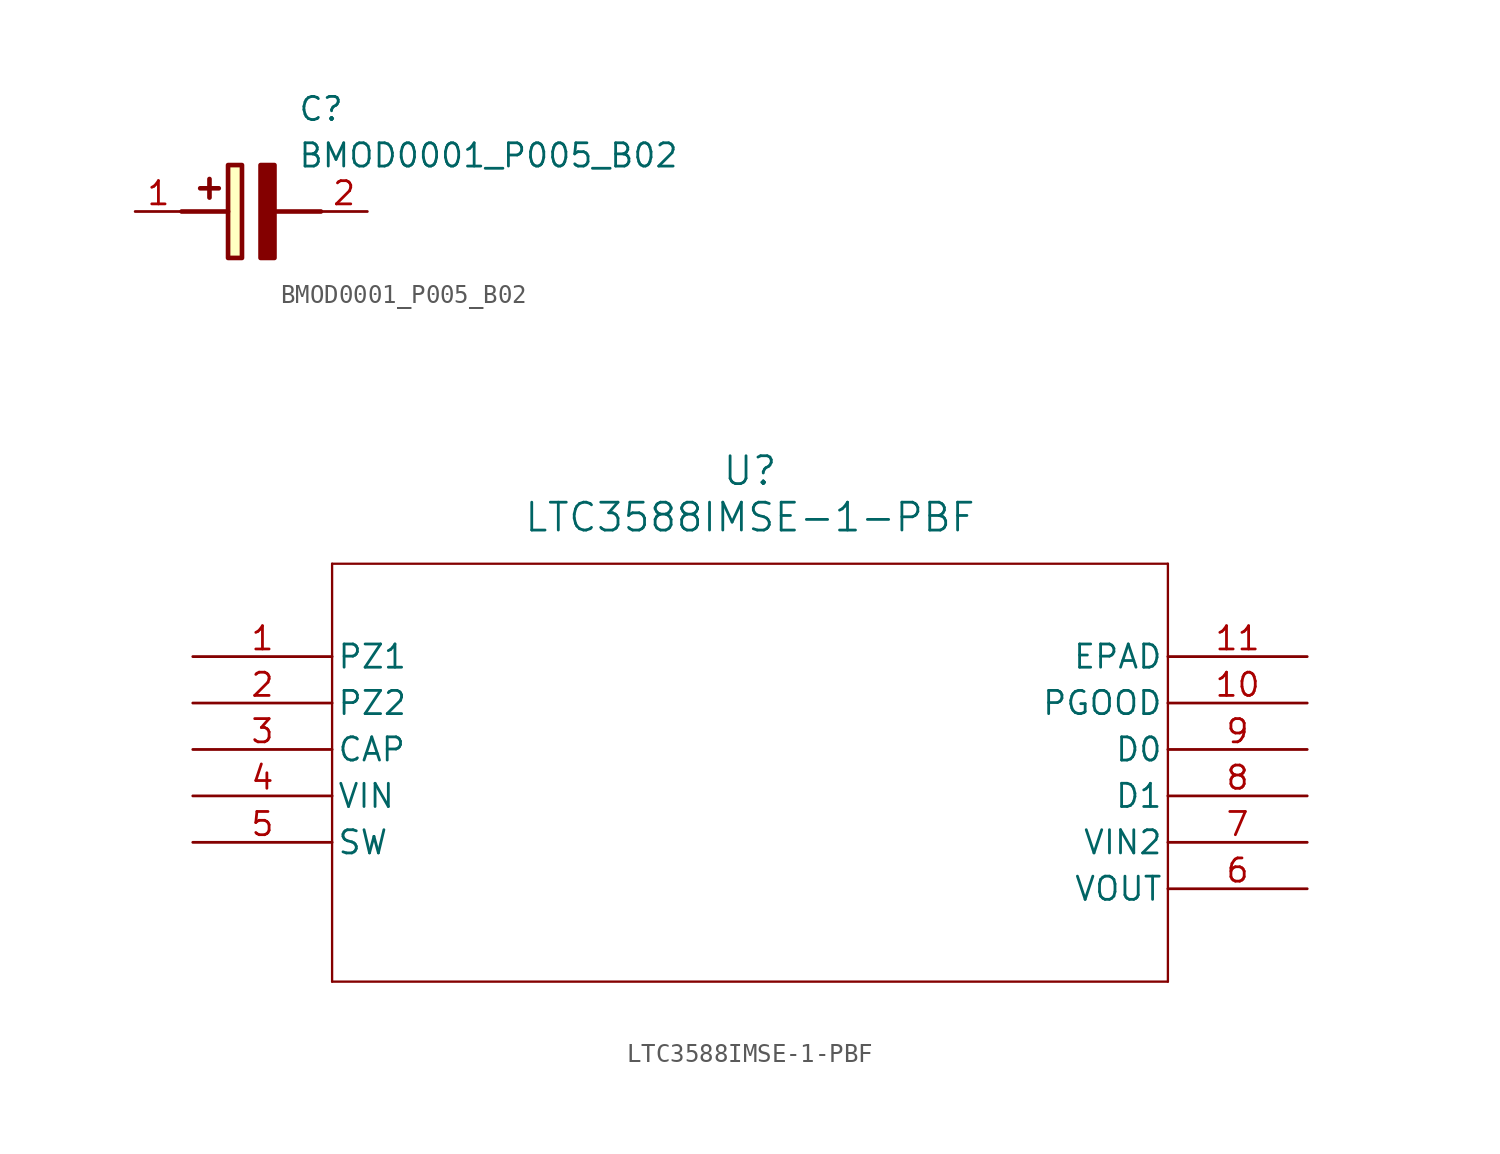
<source format=kicad_sym>
(kicad_symbol_lib
  (version 20241209)
  (generator "kicad_symbol_editor")
  (generator_version "9.0")
  (symbol "BMOD0001_P005_B02"
    (pin_names
      (hide yes))
    (property "Reference" "C"
      (at 8.89 6.35 0)
      (effects (font (size 1.27 1.27)) (justify left top)))
    (property "Value" "BMOD0001_P005_B02"
      (at 8.89 3.81 0)
      (effects (font (size 1.27 1.27)) (justify left top)))
    (symbol "BMOD0001_P005_B02_1_1"
      (polyline (pts (xy 2.54 0) (xy 5.08 0)) (stroke (width 0.254) (type default)) (fill (type none)))
      (polyline (pts (xy 4.064 1.778) (xy 4.064 0.762)) (stroke (width 0.254) (type default)) (fill (type none)))
      (polyline (pts (xy 4.572 1.27) (xy 3.556 1.27)) (stroke (width 0.254) (type default)) (fill (type none)))
      (rectangle (start 5.08 2.54) (end 5.842 -2.54) (stroke (width 0.254) (type default)) (fill (type background)))
      (polyline (pts (xy 7.62 2.54) (xy 7.62 -2.54) (xy 6.858 -2.54) (xy 6.858 2.54) (xy 7.62 2.54)) (stroke (width 0.254) (type default)) (fill (type outline)))
      (polyline (pts (xy 7.62 0) (xy 10.16 0)) (stroke (width 0.254) (type default)) (fill (type none)))
      (pin passive line (at 0 0 0) (length 2.54) (name "+" (effects (font (size 1.27 1.27)))) (number "1" (effects (font (size 1.27 1.27)))))
      (pin passive line (at 12.7 0 180) (length 2.54) (name "-" (effects (font (size 1.27 1.27)))) (number "2" (effects (font (size 1.27 1.27)))))))
  (symbol "LTC3588IMSE-1-PBF"
    (pin_names
      (offset 0.254))
    (property "Reference" "U"
      (at 30.48 10.16 0)
      (effects (font (size 1.524 1.524))))
    (property "Value" "LTC3588IMSE-1-PBF"
      (at 30.48 7.62 0)
      (effects (font (size 1.524 1.524))))
    (property "ki_locked" ""
      (at 0 0 0)
      (effects (font (size 1.27 1.27))))
    (symbol "LTC3588IMSE-1-PBF_0_1"
      (polyline (pts (xy 7.62 5.08) (xy 7.62 -17.78)) (stroke (width 0.127) (type default)) (fill (type none)))
      (polyline (pts (xy 7.62 -17.78) (xy 53.34 -17.78)) (stroke (width 0.127) (type default)) (fill (type none)))
      (polyline (pts (xy 53.34 5.08) (xy 7.62 5.08)) (stroke (width 0.127) (type default)) (fill (type none)))
      (polyline (pts (xy 53.34 -17.78) (xy 53.34 5.08)) (stroke (width 0.127) (type default)) (fill (type none)))
      (pin input line (at 0 0 0) (length 7.62) (name "PZ1" (effects (font (size 1.27 1.27)))) (number "1" (effects (font (size 1.27 1.27)))))
      (pin input line (at 0 -2.54 0) (length 7.62) (name "PZ2" (effects (font (size 1.27 1.27)))) (number "2" (effects (font (size 1.27 1.27)))))
      (pin unspecified line (at 0 -5.08 0) (length 7.62) (name "CAP" (effects (font (size 1.27 1.27)))) (number "3" (effects (font (size 1.27 1.27)))))
      (pin input line (at 0 -7.62 0) (length 7.62) (name "VIN" (effects (font (size 1.27 1.27)))) (number "4" (effects (font (size 1.27 1.27)))))
      (pin unspecified line (at 0 -10.16 0) (length 7.62) (name "SW" (effects (font (size 1.27 1.27)))) (number "5" (effects (font (size 1.27 1.27)))))
      (pin unspecified line (at 60.96 0 180) (length 7.62) (name "EPAD" (effects (font (size 1.27 1.27)))) (number "11" (effects (font (size 1.27 1.27)))))
      (pin output line (at 60.96 -2.54 180) (length 7.62) (name "PGOOD" (effects (font (size 1.27 1.27)))) (number "10" (effects (font (size 1.27 1.27)))))
      (pin output line (at 60.96 -5.08 180) (length 7.62) (name "D0" (effects (font (size 1.27 1.27)))) (number "9" (effects (font (size 1.27 1.27)))))
      (pin output line (at 60.96 -7.62 180) (length 7.62) (name "D1" (effects (font (size 1.27 1.27)))) (number "8" (effects (font (size 1.27 1.27)))))
      (pin input line (at 60.96 -10.16 180) (length 7.62) (name "VIN2" (effects (font (size 1.27 1.27)))) (number "7" (effects (font (size 1.27 1.27)))))
      (pin output line (at 60.96 -12.7 180) (length 7.62) (name "VOUT" (effects (font (size 1.27 1.27)))) (number "6" (effects (font (size 1.27 1.27))))))))
</source>
